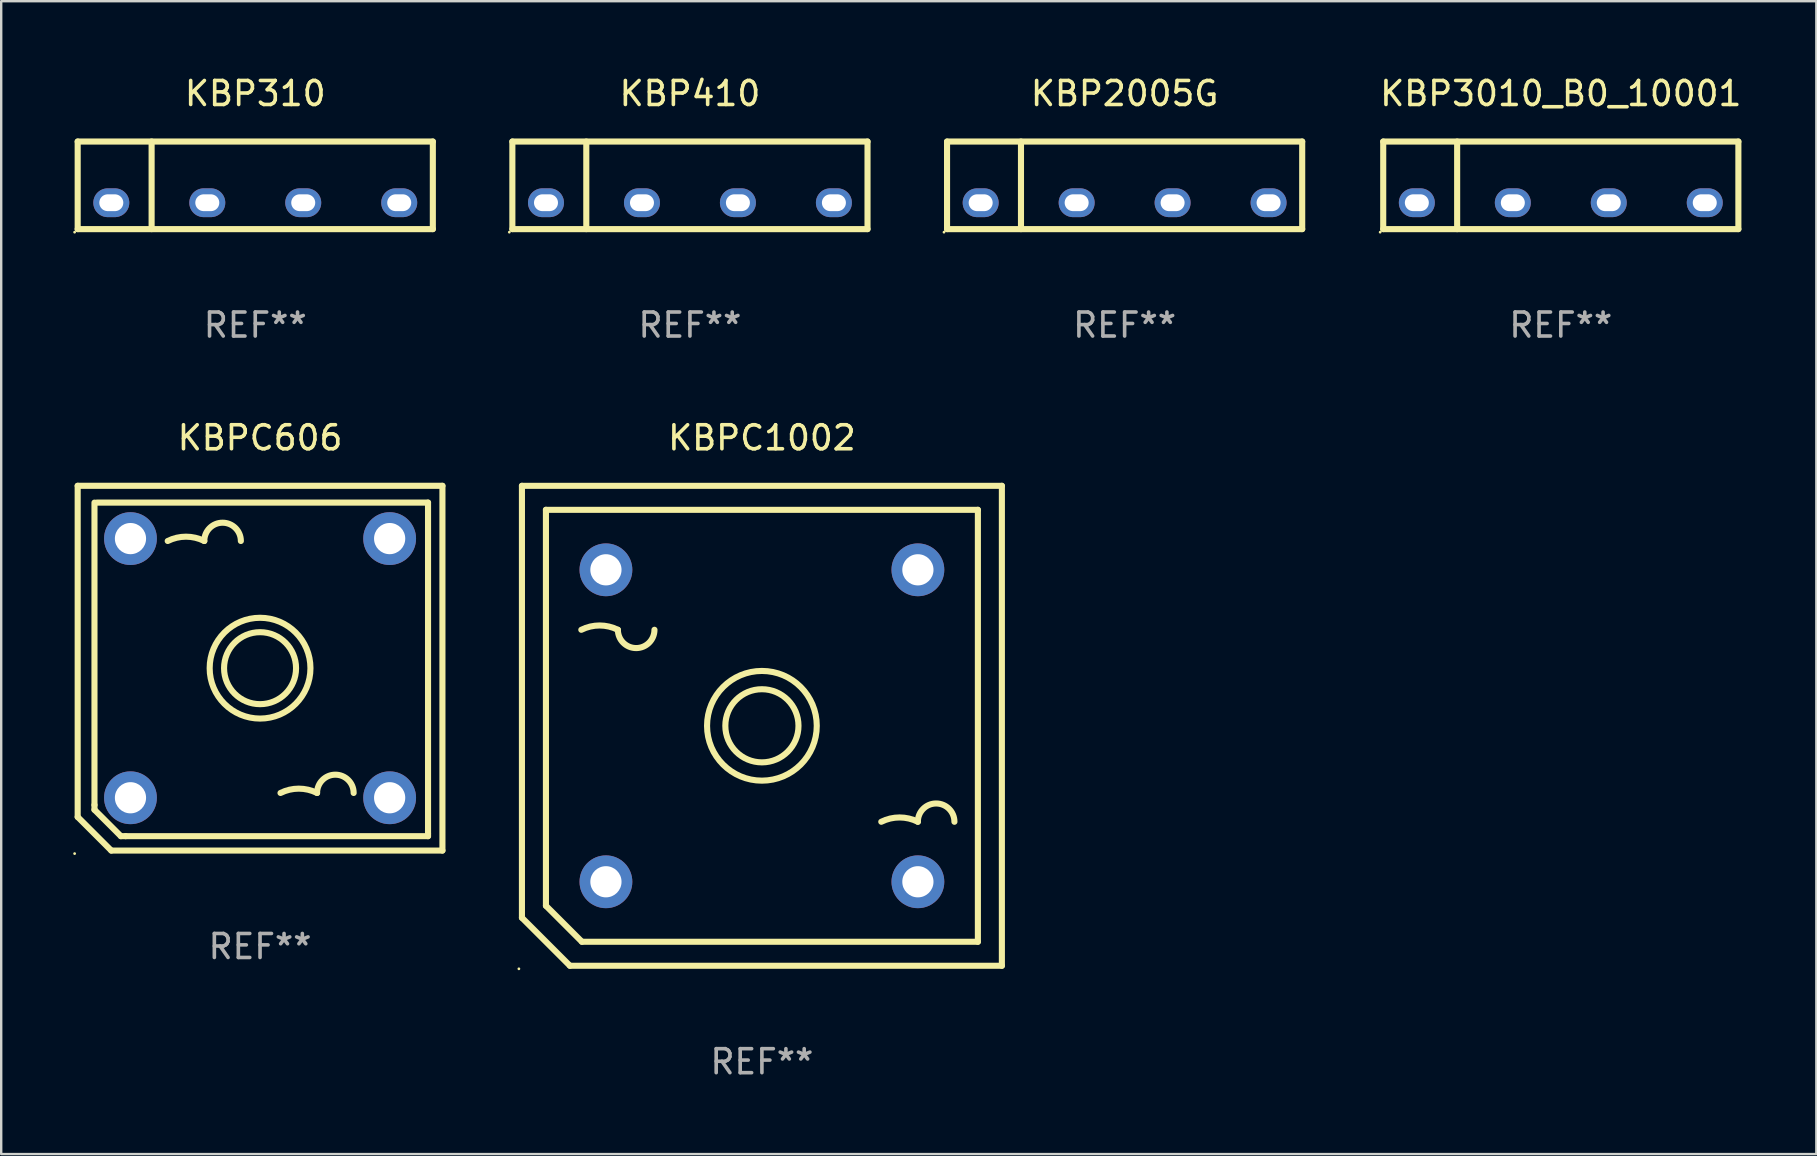
<source format=kicad_pcb>
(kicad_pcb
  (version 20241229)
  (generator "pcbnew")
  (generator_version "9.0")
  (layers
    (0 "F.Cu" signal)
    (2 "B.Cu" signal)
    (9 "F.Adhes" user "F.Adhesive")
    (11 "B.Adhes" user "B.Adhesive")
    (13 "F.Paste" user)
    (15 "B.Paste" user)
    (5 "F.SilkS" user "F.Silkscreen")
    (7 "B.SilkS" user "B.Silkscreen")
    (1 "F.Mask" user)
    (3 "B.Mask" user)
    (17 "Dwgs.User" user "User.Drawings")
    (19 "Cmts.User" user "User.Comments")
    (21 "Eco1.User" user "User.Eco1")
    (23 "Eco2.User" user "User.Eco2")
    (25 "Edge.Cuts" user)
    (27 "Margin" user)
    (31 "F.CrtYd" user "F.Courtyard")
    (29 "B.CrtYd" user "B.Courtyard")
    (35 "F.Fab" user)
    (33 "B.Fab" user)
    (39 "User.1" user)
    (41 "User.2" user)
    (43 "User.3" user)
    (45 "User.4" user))
  (footprint "KBPC606"
    (layer "F.Cu")
    (at 7.787 24.794)
    (property "Reference" "KBPC606" (at 0 -9.6 0) (layer "F.SilkS") (effects (font (size 1 1) (thickness 0.15))))
    (attr through_hole)
    (fp_line (start -7.6 -7.6) (end 7.6 -7.6) (stroke (width 0.254) (type solid)) (layer "F.SilkS"))
    (fp_line (start -7.6 6.2) (end -7.6 -7.6) (stroke (width 0.254) (type solid)) (layer "F.SilkS"))
    (fp_line (start -6.9 5.7) (end -6.9 -6.9) (stroke (width 0.254) (type solid)) (layer "F.SilkS"))
    (fp_line (start -6.9 5.7) (end -6.9 5.9) (stroke (width 0.254) (type solid)) (layer "F.SilkS"))
    (fp_line (start -6.9 5.9) (end -5.8 7) (stroke (width 0.254) (type solid)) (layer "F.SilkS"))
    (fp_line (start -6.8 -6.9) (end 7 -6.9) (stroke (width 0.254) (type solid)) (layer "F.SilkS"))
    (fp_line (start -6.2 7.6) (end -7.6 6.2) (stroke (width 0.254) (type solid)) (layer "F.SilkS"))
    (fp_line (start -5.8 7) (end -5.6 7) (stroke (width 0.254) (type solid)) (layer "F.SilkS"))
    (fp_line (start 7 -6.9) (end 7 6.9) (stroke (width 0.254) (type solid)) (layer "F.SilkS"))
    (fp_line (start 7 6.9) (end 7 7) (stroke (width 0.254) (type solid)) (layer "F.SilkS"))
    (fp_line (start 7 7) (end -5.6 7) (stroke (width 0.254) (type solid)) (layer "F.SilkS"))
    (fp_line (start 7.6 -7.6) (end 7.6 7.6) (stroke (width 0.254) (type solid)) (layer "F.SilkS"))
    (fp_line (start 7.6 7.6) (end -6.2 7.6) (stroke (width 0.254) (type solid)) (layer "F.SilkS"))
    (fp_arc (start -3.848006 -5.300025) (mid -3.086005 -5.479909) (end -2.324003 -5.300025) (stroke (width 0.254001) (type solid)) (layer "F.SilkS"))
    (fp_arc (start -2.324004 -5.300025) (mid -1.562002 -6.062027) (end -0.8 -5.300025) (stroke (width 0.254001) (type solid)) (layer "F.SilkS"))
    (fp_arc (start 0.851994 5.200025) (mid 1.613995 5.020141) (end 2.375997 5.200025) (stroke (width 0.254001) (type solid)) (layer "F.SilkS"))
    (fp_arc (start 2.375996 5.200025) (mid 3.137998 4.438023) (end 3.9 5.200025) (stroke (width 0.254001) (type solid)) (layer "F.SilkS"))
    (fp_circle (center -7.727 7.727) (end -7.697 7.727) (stroke (width 0.06) (type solid)) (fill no) (layer "F.SilkS"))
    (fp_circle (center 0 0) (end 1.5 0) (stroke (width 0.254) (type solid)) (fill no) (layer "F.SilkS"))
    (fp_circle (center 0 0) (end 2.1 0) (stroke (width 0.254) (type solid)) (fill no) (layer "F.SilkS"))
    (fp_text user "+" (at -3.9 5.3 0) (layer "B.Mask") (effects (font (size 1 1) (thickness 0.15))))
    (fp_text user "-" (at 2.2 -5.5 0) (layer "B.Mask") (effects (font (size 1 1) (thickness 0.15))))
    (fp_text user "REF**" (at 0 11.6 0) (layer "F.Fab") (effects (font (size 1 1) (thickness 0.15))))
    (pad "1" thru_hole circle (at -5.4 5.4) (size 2.2 2.2) (drill 1.3) (layers "*.Cu" "*.Mask"))
    (pad "2" thru_hole circle (at -5.4 -5.4) (size 2.2 2.2) (drill 1.3) (layers "*.Cu" "*.Mask"))
    (pad "3" thru_hole circle (at 5.4 -5.4) (size 2.2 2.2) (drill 1.3) (layers "*.Cu" "*.Mask"))
    (pad "4" thru_hole circle (at 5.4 5.4) (size 2.2 2.2) (drill 1.3) (layers "*.Cu" "*.Mask")))
  (footprint "KBP3010_B0_10001"
    (layer "F.Cu")
    (at 61.991 4.673)
    (property "Reference" "KBP3010_B0_10001" (at 0 -3.825 0) (layer "F.SilkS") (effects (font (size 1 1) (thickness 0.15))))
    (attr through_hole)
    (fp_line (start -7.4 -1.825) (end 7.4 -1.825) (stroke (width 0.254) (type solid)) (layer "F.SilkS"))
    (fp_line (start -7.4 1.825) (end -7.4 -1.825) (stroke (width 0.254) (type solid)) (layer "F.SilkS"))
    (fp_line (start -4.319 1.825) (end -4.319 -1.825) (stroke (width 0.254) (type solid)) (layer "F.SilkS"))
    (fp_line (start 7.4 -1.825) (end 7.4 1.825) (stroke (width 0.254) (type solid)) (layer "F.SilkS"))
    (fp_line (start 7.4 1.825) (end -7.4 1.825) (stroke (width 0.254) (type solid)) (layer "F.SilkS"))
    (fp_circle (center -7.527 1.952) (end -7.497 1.952) (stroke (width 0.06) (type solid)) (fill no) (layer "F.SilkS"))
    (fp_text user "REF**" (at 0 5.825 0) (layer "F.Fab") (effects (font (size 1 1) (thickness 0.15))))
    (pad "1" thru_hole oval (at -5.999 0.725) (size 1.5 1.2) (drill oval 1 0.7) (layers "*.Cu" "*.Mask"))
    (pad "2" thru_hole oval (at -1.999 0.725) (size 1.5 1.2) (drill oval 1 0.7) (layers "*.Cu" "*.Mask"))
    (pad "3" thru_hole oval (at 1.999 0.725) (size 1.5 1.2) (drill oval 1 0.7) (layers "*.Cu" "*.Mask"))
    (pad "4" thru_hole oval (at 5.999 0.725) (size 1.5 1.2) (drill oval 1 0.7) (layers "*.Cu" "*.Mask")))
  (footprint "KBP2005G"
    (layer "F.Cu")
    (at 43.815 4.673)
    (property "Reference" "KBP2005G" (at 0 -3.825 0) (layer "F.SilkS") (effects (font (size 1 1) (thickness 0.15))))
    (attr through_hole)
    (fp_line (start -7.4 -1.825) (end 7.4 -1.825) (stroke (width 0.254) (type solid)) (layer "F.SilkS"))
    (fp_line (start -7.4 1.825) (end -7.4 -1.825) (stroke (width 0.254) (type solid)) (layer "F.SilkS"))
    (fp_line (start -4.319 1.825) (end -4.319 -1.825) (stroke (width 0.254) (type solid)) (layer "F.SilkS"))
    (fp_line (start 7.4 -1.825) (end 7.4 1.825) (stroke (width 0.254) (type solid)) (layer "F.SilkS"))
    (fp_line (start 7.4 1.825) (end -7.4 1.825) (stroke (width 0.254) (type solid)) (layer "F.SilkS"))
    (fp_circle (center -7.527 1.952) (end -7.497 1.952) (stroke (width 0.06) (type solid)) (fill no) (layer "F.SilkS"))
    (fp_text user "REF**" (at 0 5.825 0) (layer "F.Fab") (effects (font (size 1 1) (thickness 0.15))))
    (pad "1" thru_hole oval (at -5.999 0.725) (size 1.5 1.2) (drill oval 1 0.7) (layers "*.Cu" "*.Mask"))
    (pad "2" thru_hole oval (at -1.999 0.725) (size 1.5 1.2) (drill oval 1 0.7) (layers "*.Cu" "*.Mask"))
    (pad "3" thru_hole oval (at 1.999 0.725) (size 1.5 1.2) (drill oval 1 0.7) (layers "*.Cu" "*.Mask"))
    (pad "4" thru_hole oval (at 5.999 0.725) (size 1.5 1.2) (drill oval 1 0.7) (layers "*.Cu" "*.Mask")))
  (footprint "KBPC1002"
    (layer "F.Cu")
    (at 28.7 27.195)
    (property "Reference" "KBPC1002" (at 0 -12 0) (layer "F.SilkS") (effects (font (size 1 1) (thickness 0.15))))
    (attr through_hole)
    (fp_line (start -10 -10) (end 10 -10) (stroke (width 0.254) (type solid)) (layer "F.SilkS"))
    (fp_line (start -10 8) (end -10 -10) (stroke (width 0.254) (type solid)) (layer "F.SilkS"))
    (fp_line (start -9 -9) (end 9 -9) (stroke (width 0.254) (type solid)) (layer "F.SilkS"))
    (fp_line (start -9 7.5) (end -9 -9) (stroke (width 0.254) (type solid)) (layer "F.SilkS"))
    (fp_line (start -8 10) (end -10 8) (stroke (width 0.254) (type solid)) (layer "F.SilkS"))
    (fp_line (start -7.5 9) (end -9 7.5) (stroke (width 0.254) (type solid)) (layer "F.SilkS"))
    (fp_line (start 9 -9) (end 9 9) (stroke (width 0.254) (type solid)) (layer "F.SilkS"))
    (fp_line (start 9 9) (end -7.5 9) (stroke (width 0.254) (type solid)) (layer "F.SilkS"))
    (fp_line (start 10 -10) (end 10 10) (stroke (width 0.254) (type solid)) (layer "F.SilkS"))
    (fp_line (start 10 10) (end -8 10) (stroke (width 0.254) (type solid)) (layer "F.SilkS"))
    (fp_arc (start -7.525552 -4.000483) (mid -6.763551 -4.180367) (end -6.001549 -4.000483) (stroke (width 0.254001) (type solid)) (layer "F.SilkS"))
    (fp_arc (start -4.477546 -4.000483) (mid -5.239548 -3.238481) (end -6.00155 -4.000483) (stroke (width 0.254001) (type solid)) (layer "F.SilkS"))
    (fp_arc (start 4.974473 3.999441) (mid 5.736474 3.819557) (end 6.498476 3.999441) (stroke (width 0.254001) (type solid)) (layer "F.SilkS"))
    (fp_arc (start 6.498477 3.999441) (mid 7.260478 3.23744) (end 8.022479 3.999441) (stroke (width 0.254001) (type solid)) (layer "F.SilkS"))
    (fp_circle (center -10.127 10.127) (end -10.097 10.127) (stroke (width 0.06) (type solid)) (fill no) (layer "F.SilkS"))
    (fp_circle (center 0 0) (end 1.524 0) (stroke (width 0.254) (type solid)) (fill no) (layer "F.SilkS"))
    (fp_circle (center 0 0) (end 2.286 0) (stroke (width 0.254) (type solid)) (fill no) (layer "F.SilkS"))
    (fp_text user "+" (at -3.67 5.5 0) (layer "B.Mask") (effects (font (size 1 1) (thickness 0.15))))
    (fp_text user "-" (at 3 -6.5 0) (layer "B.Mask") (effects (font (size 1 1) (thickness 0.15))))
    (fp_text user "REF**" (at 0 14 0) (layer "F.Fab") (effects (font (size 1 1) (thickness 0.15))))
    (pad "1" thru_hole circle (at -6.5 6.5) (size 2.2 2.2) (drill 1.3) (layers "*.Cu" "*.Mask"))
    (pad "2" thru_hole circle (at 6.5 6.5) (size 2.2 2.2) (drill 1.3) (layers "*.Cu" "*.Mask"))
    (pad "3" thru_hole circle (at 6.5 -6.5) (size 2.2 2.2) (drill 1.3) (layers "*.Cu" "*.Mask"))
    (pad "4" thru_hole circle (at -6.5 -6.5) (size 2.2 2.2) (drill 1.3) (layers "*.Cu" "*.Mask")))
  (footprint "KBP310"
    (layer "F.Cu")
    (at 7.587 4.673)
    (property "Reference" "KBP310" (at 0 -3.825 0) (layer "F.SilkS") (effects (font (size 1 1) (thickness 0.15))))
    (attr through_hole)
    (fp_line (start -7.4 -1.825) (end 7.4 -1.825) (stroke (width 0.254) (type solid)) (layer "F.SilkS"))
    (fp_line (start -7.4 1.825) (end -7.4 -1.825) (stroke (width 0.254) (type solid)) (layer "F.SilkS"))
    (fp_line (start -4.319 1.825) (end -4.319 -1.825) (stroke (width 0.254) (type solid)) (layer "F.SilkS"))
    (fp_line (start 7.4 -1.825) (end 7.4 1.825) (stroke (width 0.254) (type solid)) (layer "F.SilkS"))
    (fp_line (start 7.4 1.825) (end -7.4 1.825) (stroke (width 0.254) (type solid)) (layer "F.SilkS"))
    (fp_circle (center -7.527 1.952) (end -7.497 1.952) (stroke (width 0.06) (type solid)) (fill no) (layer "F.SilkS"))
    (fp_text user "REF**" (at 0 5.825 0) (layer "F.Fab") (effects (font (size 1 1) (thickness 0.15))))
    (pad "1" thru_hole oval (at -5.999 0.725) (size 1.5 1.2) (drill oval 1 0.7) (layers "*.Cu" "*.Mask"))
    (pad "2" thru_hole oval (at -1.999 0.725) (size 1.5 1.2) (drill oval 1 0.7) (layers "*.Cu" "*.Mask"))
    (pad "3" thru_hole oval (at 1.999 0.725) (size 1.5 1.2) (drill oval 1 0.7) (layers "*.Cu" "*.Mask"))
    (pad "4" thru_hole oval (at 5.999 0.725) (size 1.5 1.2) (drill oval 1 0.7) (layers "*.Cu" "*.Mask")))
  (footprint "KBP410"
    (layer "F.Cu")
    (at 25.701 4.673)
    (property "Reference" "KBP410" (at 0 -3.825 0) (layer "F.SilkS") (effects (font (size 1 1) (thickness 0.15))))
    (attr through_hole)
    (fp_line (start -7.4 -1.825) (end 7.4 -1.825) (stroke (width 0.254) (type solid)) (layer "F.SilkS"))
    (fp_line (start -7.4 1.825) (end -7.4 -1.825) (stroke (width 0.254) (type solid)) (layer "F.SilkS"))
    (fp_line (start -4.319 1.825) (end -4.319 -1.825) (stroke (width 0.254) (type solid)) (layer "F.SilkS"))
    (fp_line (start 7.4 -1.825) (end 7.4 1.825) (stroke (width 0.254) (type solid)) (layer "F.SilkS"))
    (fp_line (start 7.4 1.825) (end -7.4 1.825) (stroke (width 0.254) (type solid)) (layer "F.SilkS"))
    (fp_circle (center -7.527 1.952) (end -7.497 1.952) (stroke (width 0.06) (type solid)) (fill no) (layer "F.SilkS"))
    (fp_text user "REF**" (at 0 5.825 0) (layer "F.Fab") (effects (font (size 1 1) (thickness 0.15))))
    (pad "1" thru_hole oval (at -5.999 0.725) (size 1.5 1.2) (drill oval 1 0.7) (layers "*.Cu" "*.Mask"))
    (pad "2" thru_hole oval (at -1.999 0.725) (size 1.5 1.2) (drill oval 1 0.7) (layers "*.Cu" "*.Mask"))
    (pad "3" thru_hole oval (at 1.999 0.725) (size 1.5 1.2) (drill oval 1 0.7) (layers "*.Cu" "*.Mask"))
    (pad "4" thru_hole oval (at 5.999 0.725) (size 1.5 1.2) (drill oval 1 0.7) (layers "*.Cu" "*.Mask")))
  (gr_rect
    (start -3 -3)
    (end 72.64 45.043)
    (stroke (width 0.1) (type default))
    (fill no)
    (layer "Edge.Cuts")))
</source>
